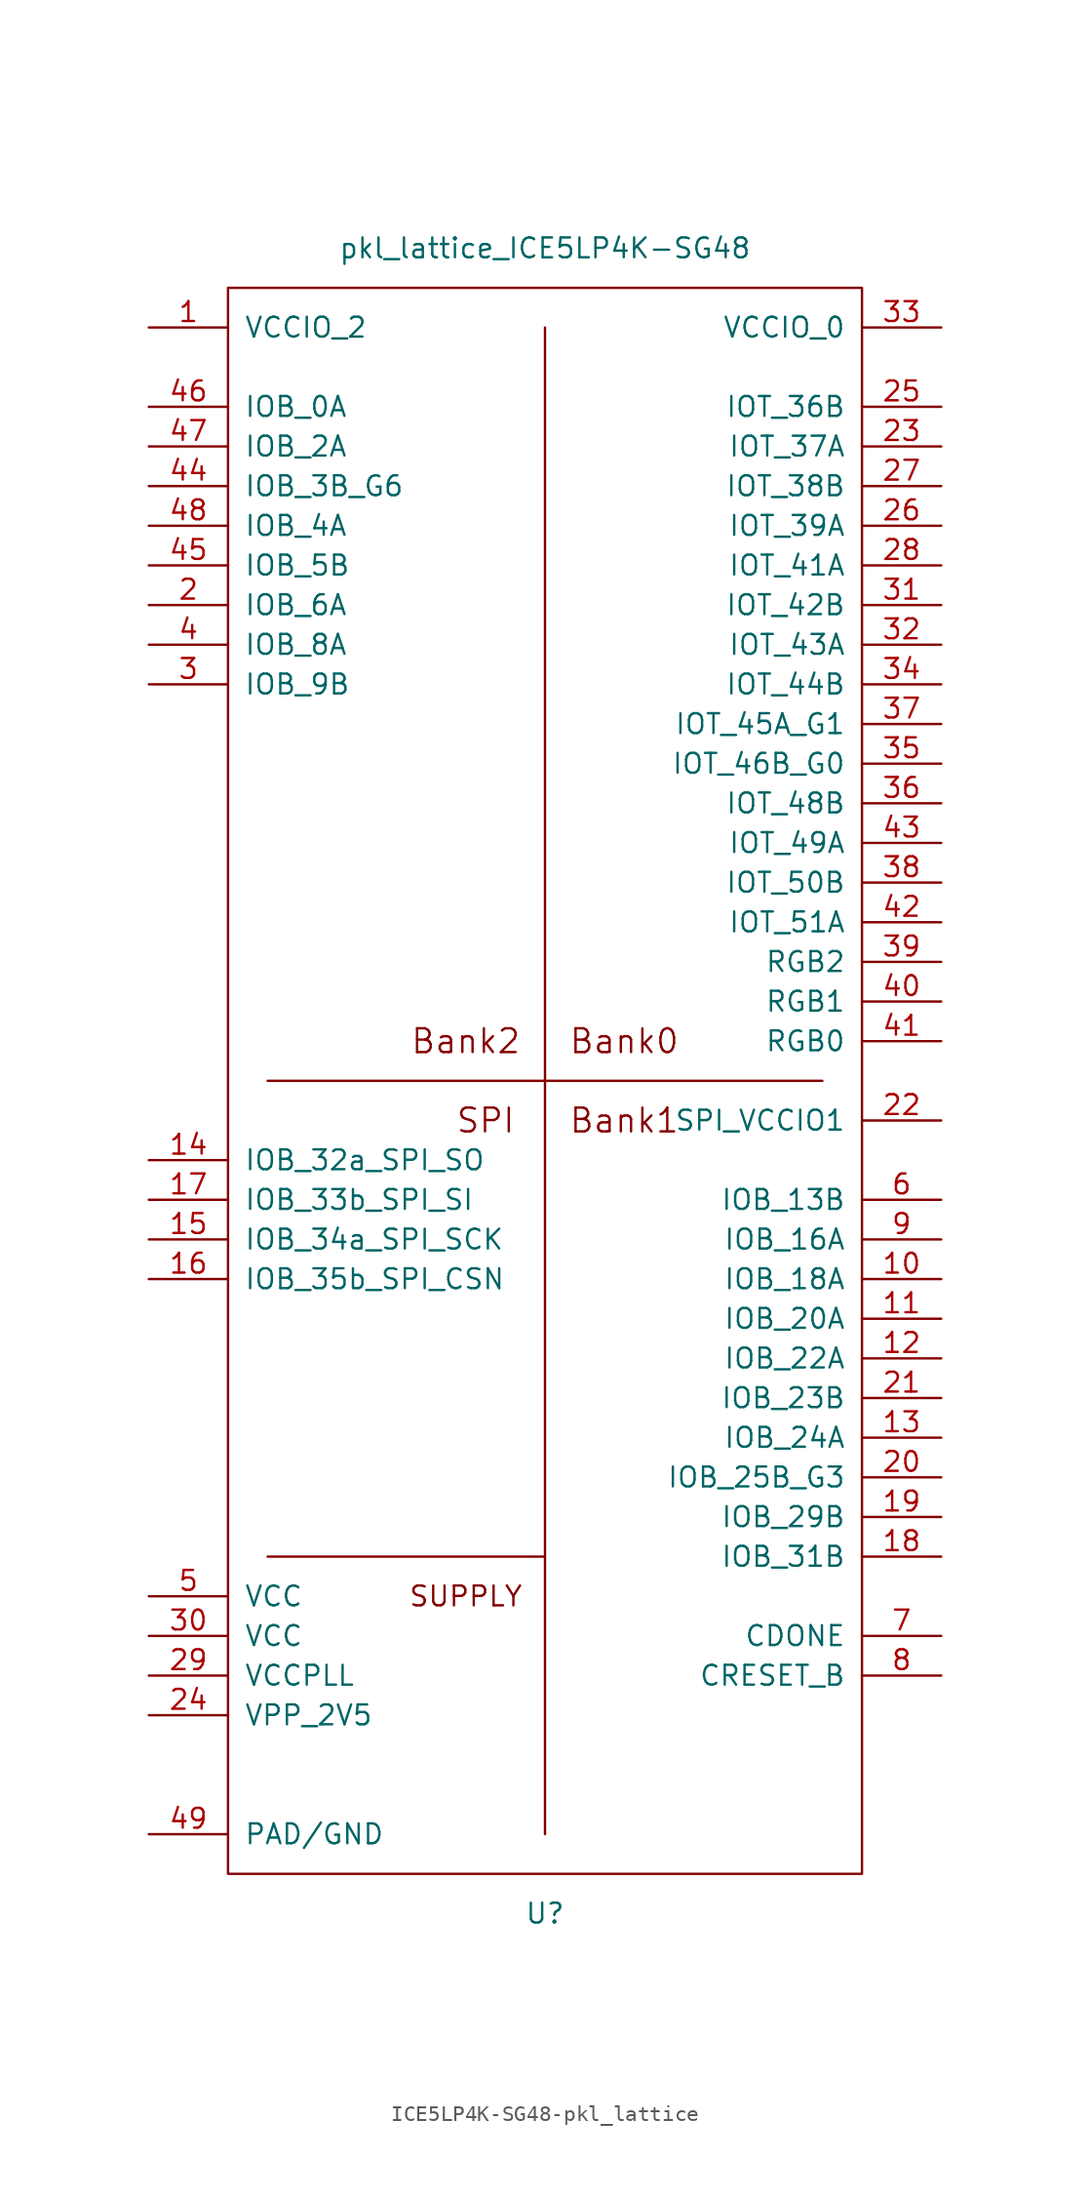
<source format=kicad_sym>
(kicad_symbol_lib
  (version 20231120)
  (generator "kicad_symbol_editor")
  (generator_version "8.0")
  (symbol "ICE5LP4K-SG48-pkl_lattice"
    (pin_names
      (offset 1.016))
    (property "Reference" "U"
      (at 0 -53.34 0)
      (effects (font (size 1.27 1.27))))
    (property "Value" "pkl_lattice_ICE5LP4K-SG48"
      (at 0 53.34 0)
      (effects (font (size 1.27 1.27))))
    (symbol "ICE5LP4K-SG48-pkl_lattice_0_0"
      (text "SUPPLY" (at -5.08 -33.02 0) (effects (font (size 1.27 1.27)))))
    (symbol "ICE5LP4K-SG48-pkl_lattice_1_0"
      (text "Bank0" (at 5.08 2.54 0) (effects (font (size 1.524 1.524))))
      (text "Bank1" (at 5.08 -2.54 0) (effects (font (size 1.524 1.524))))
      (text "Bank2" (at -5.08 2.54 0) (effects (font (size 1.524 1.524))))
      (text "SPI" (at -3.81 -2.54 0) (effects (font (size 1.524 1.524)))))
    (symbol "ICE5LP4K-SG48-pkl_lattice_1_1"
      (rectangle (start -20.32 50.8) (end 20.32 -50.8) (stroke (width 0) (type solid)) (fill (type none)))
      (polyline (pts (xy -17.78 -30.48) (xy 0 -30.48)) (stroke (width 0) (type solid)) (fill (type none)))
      (polyline (pts (xy -17.78 0) (xy 17.78 0)) (stroke (width 0) (type solid)) (fill (type none)))
      (polyline (pts (xy 0 48.26) (xy 0 -48.26)) (stroke (width 0) (type solid)) (fill (type none)))
      (pin passive line (at -25.4 48.26 0) (length 5.08) (name "VCCIO_2" (effects (font (size 1.27 1.27)))) (number "1" (effects (font (size 1.27 1.27)))))
      (pin passive line (at 25.4 -12.7 180) (length 5.08) (name "IOB_18A" (effects (font (size 1.27 1.27)))) (number "10" (effects (font (size 1.27 1.27)))))
      (pin passive line (at 25.4 -15.24 180) (length 5.08) (name "IOB_20A" (effects (font (size 1.27 1.27)))) (number "11" (effects (font (size 1.27 1.27)))))
      (pin passive line (at 25.4 -17.78 180) (length 5.08) (name "IOB_22A" (effects (font (size 1.27 1.27)))) (number "12" (effects (font (size 1.27 1.27)))))
      (pin passive line (at 25.4 -22.86 180) (length 5.08) (name "IOB_24A" (effects (font (size 1.27 1.27)))) (number "13" (effects (font (size 1.27 1.27)))))
      (pin passive line (at -25.4 -5.08 0) (length 5.08) (name "IOB_32a_SPI_SO" (effects (font (size 1.27 1.27)))) (number "14" (effects (font (size 1.27 1.27)))))
      (pin passive line (at -25.4 -10.16 0) (length 5.08) (name "IOB_34a_SPI_SCK" (effects (font (size 1.27 1.27)))) (number "15" (effects (font (size 1.27 1.27)))))
      (pin passive line (at -25.4 -12.7 0) (length 5.08) (name "IOB_35b_SPI_CSN" (effects (font (size 1.27 1.27)))) (number "16" (effects (font (size 1.27 1.27)))))
      (pin passive line (at -25.4 -7.62 0) (length 5.08) (name "IOB_33b_SPI_SI" (effects (font (size 1.27 1.27)))) (number "17" (effects (font (size 1.27 1.27)))))
      (pin passive line (at 25.4 -30.48 180) (length 5.08) (name "IOB_31B" (effects (font (size 1.27 1.27)))) (number "18" (effects (font (size 1.27 1.27)))))
      (pin passive line (at 25.4 -27.94 180) (length 5.08) (name "IOB_29B" (effects (font (size 1.27 1.27)))) (number "19" (effects (font (size 1.27 1.27)))))
      (pin passive line (at -25.4 30.48 0) (length 5.08) (name "IOB_6A" (effects (font (size 1.27 1.27)))) (number "2" (effects (font (size 1.27 1.27)))))
      (pin passive line (at 25.4 -25.4 180) (length 5.08) (name "IOB_25B_G3" (effects (font (size 1.27 1.27)))) (number "20" (effects (font (size 1.27 1.27)))))
      (pin passive line (at 25.4 -20.32 180) (length 5.08) (name "IOB_23B" (effects (font (size 1.27 1.27)))) (number "21" (effects (font (size 1.27 1.27)))))
      (pin passive line (at 25.4 -2.54 180) (length 5.08) (name "SPI_VCCIO1" (effects (font (size 1.27 1.27)))) (number "22" (effects (font (size 1.27 1.27)))))
      (pin passive line (at 25.4 40.64 180) (length 5.08) (name "IOT_37A" (effects (font (size 1.27 1.27)))) (number "23" (effects (font (size 1.27 1.27)))))
      (pin passive line (at -25.4 -40.64 0) (length 5.08) (name "VPP_2V5" (effects (font (size 1.27 1.27)))) (number "24" (effects (font (size 1.27 1.27)))))
      (pin passive line (at 25.4 43.18 180) (length 5.08) (name "IOT_36B" (effects (font (size 1.27 1.27)))) (number "25" (effects (font (size 1.27 1.27)))))
      (pin passive line (at 25.4 35.56 180) (length 5.08) (name "IOT_39A" (effects (font (size 1.27 1.27)))) (number "26" (effects (font (size 1.27 1.27)))))
      (pin passive line (at 25.4 38.1 180) (length 5.08) (name "IOT_38B" (effects (font (size 1.27 1.27)))) (number "27" (effects (font (size 1.27 1.27)))))
      (pin passive line (at 25.4 33.02 180) (length 5.08) (name "IOT_41A" (effects (font (size 1.27 1.27)))) (number "28" (effects (font (size 1.27 1.27)))))
      (pin passive line (at -25.4 -38.1 0) (length 5.08) (name "VCCPLL" (effects (font (size 1.27 1.27)))) (number "29" (effects (font (size 1.27 1.27)))))
      (pin passive line (at -25.4 25.4 0) (length 5.08) (name "IOB_9B" (effects (font (size 1.27 1.27)))) (number "3" (effects (font (size 1.27 1.27)))))
      (pin passive line (at -25.4 -35.56 0) (length 5.08) (name "VCC" (effects (font (size 1.27 1.27)))) (number "30" (effects (font (size 1.27 1.27)))))
      (pin passive line (at 25.4 30.48 180) (length 5.08) (name "IOT_42B" (effects (font (size 1.27 1.27)))) (number "31" (effects (font (size 1.27 1.27)))))
      (pin passive line (at 25.4 27.94 180) (length 5.08) (name "IOT_43A" (effects (font (size 1.27 1.27)))) (number "32" (effects (font (size 1.27 1.27)))))
      (pin passive line (at 25.4 48.26 180) (length 5.08) (name "VCCIO_0" (effects (font (size 1.27 1.27)))) (number "33" (effects (font (size 1.27 1.27)))))
      (pin passive line (at 25.4 25.4 180) (length 5.08) (name "IOT_44B" (effects (font (size 1.27 1.27)))) (number "34" (effects (font (size 1.27 1.27)))))
      (pin passive line (at 25.4 20.32 180) (length 5.08) (name "IOT_46B_G0" (effects (font (size 1.27 1.27)))) (number "35" (effects (font (size 1.27 1.27)))))
      (pin passive line (at 25.4 17.78 180) (length 5.08) (name "IOT_48B" (effects (font (size 1.27 1.27)))) (number "36" (effects (font (size 1.27 1.27)))))
      (pin passive line (at 25.4 22.86 180) (length 5.08) (name "IOT_45A_G1" (effects (font (size 1.27 1.27)))) (number "37" (effects (font (size 1.27 1.27)))))
      (pin passive line (at 25.4 12.7 180) (length 5.08) (name "IOT_50B" (effects (font (size 1.27 1.27)))) (number "38" (effects (font (size 1.27 1.27)))))
      (pin passive line (at 25.4 7.62 180) (length 5.08) (name "RGB2" (effects (font (size 1.27 1.27)))) (number "39" (effects (font (size 1.27 1.27)))))
      (pin passive line (at -25.4 27.94 0) (length 5.08) (name "IOB_8A" (effects (font (size 1.27 1.27)))) (number "4" (effects (font (size 1.27 1.27)))))
      (pin passive line (at 25.4 5.08 180) (length 5.08) (name "RGB1" (effects (font (size 1.27 1.27)))) (number "40" (effects (font (size 1.27 1.27)))))
      (pin passive line (at 25.4 2.54 180) (length 5.08) (name "RGB0" (effects (font (size 1.27 1.27)))) (number "41" (effects (font (size 1.27 1.27)))))
      (pin passive line (at 25.4 10.16 180) (length 5.08) (name "IOT_51A" (effects (font (size 1.27 1.27)))) (number "42" (effects (font (size 1.27 1.27)))))
      (pin passive line (at 25.4 15.24 180) (length 5.08) (name "IOT_49A" (effects (font (size 1.27 1.27)))) (number "43" (effects (font (size 1.27 1.27)))))
      (pin passive line (at -25.4 38.1 0) (length 5.08) (name "IOB_3B_G6" (effects (font (size 1.27 1.27)))) (number "44" (effects (font (size 1.27 1.27)))))
      (pin passive line (at -25.4 33.02 0) (length 5.08) (name "IOB_5B" (effects (font (size 1.27 1.27)))) (number "45" (effects (font (size 1.27 1.27)))))
      (pin passive line (at -25.4 43.18 0) (length 5.08) (name "IOB_0A" (effects (font (size 1.27 1.27)))) (number "46" (effects (font (size 1.27 1.27)))))
      (pin passive line (at -25.4 40.64 0) (length 5.08) (name "IOB_2A" (effects (font (size 1.27 1.27)))) (number "47" (effects (font (size 1.27 1.27)))))
      (pin passive line (at -25.4 35.56 0) (length 5.08) (name "IOB_4A" (effects (font (size 1.27 1.27)))) (number "48" (effects (font (size 1.27 1.27)))))
      (pin passive line (at -25.4 -48.26 0) (length 5.08) (name "PAD/GND" (effects (font (size 1.27 1.27)))) (number "49" (effects (font (size 1.27 1.27)))))
      (pin passive line (at -25.4 -33.02 0) (length 5.08) (name "VCC" (effects (font (size 1.27 1.27)))) (number "5" (effects (font (size 1.27 1.27)))))
      (pin passive line (at 25.4 -7.62 180) (length 5.08) (name "IOB_13B" (effects (font (size 1.27 1.27)))) (number "6" (effects (font (size 1.27 1.27)))))
      (pin passive line (at 25.4 -35.56 180) (length 5.08) (name "CDONE" (effects (font (size 1.27 1.27)))) (number "7" (effects (font (size 1.27 1.27)))))
      (pin passive line (at 25.4 -38.1 180) (length 5.08) (name "CRESET_B" (effects (font (size 1.27 1.27)))) (number "8" (effects (font (size 1.27 1.27)))))
      (pin passive line (at 25.4 -10.16 180) (length 5.08) (name "IOB_16A" (effects (font (size 1.27 1.27)))) (number "9" (effects (font (size 1.27 1.27))))))))
</source>
